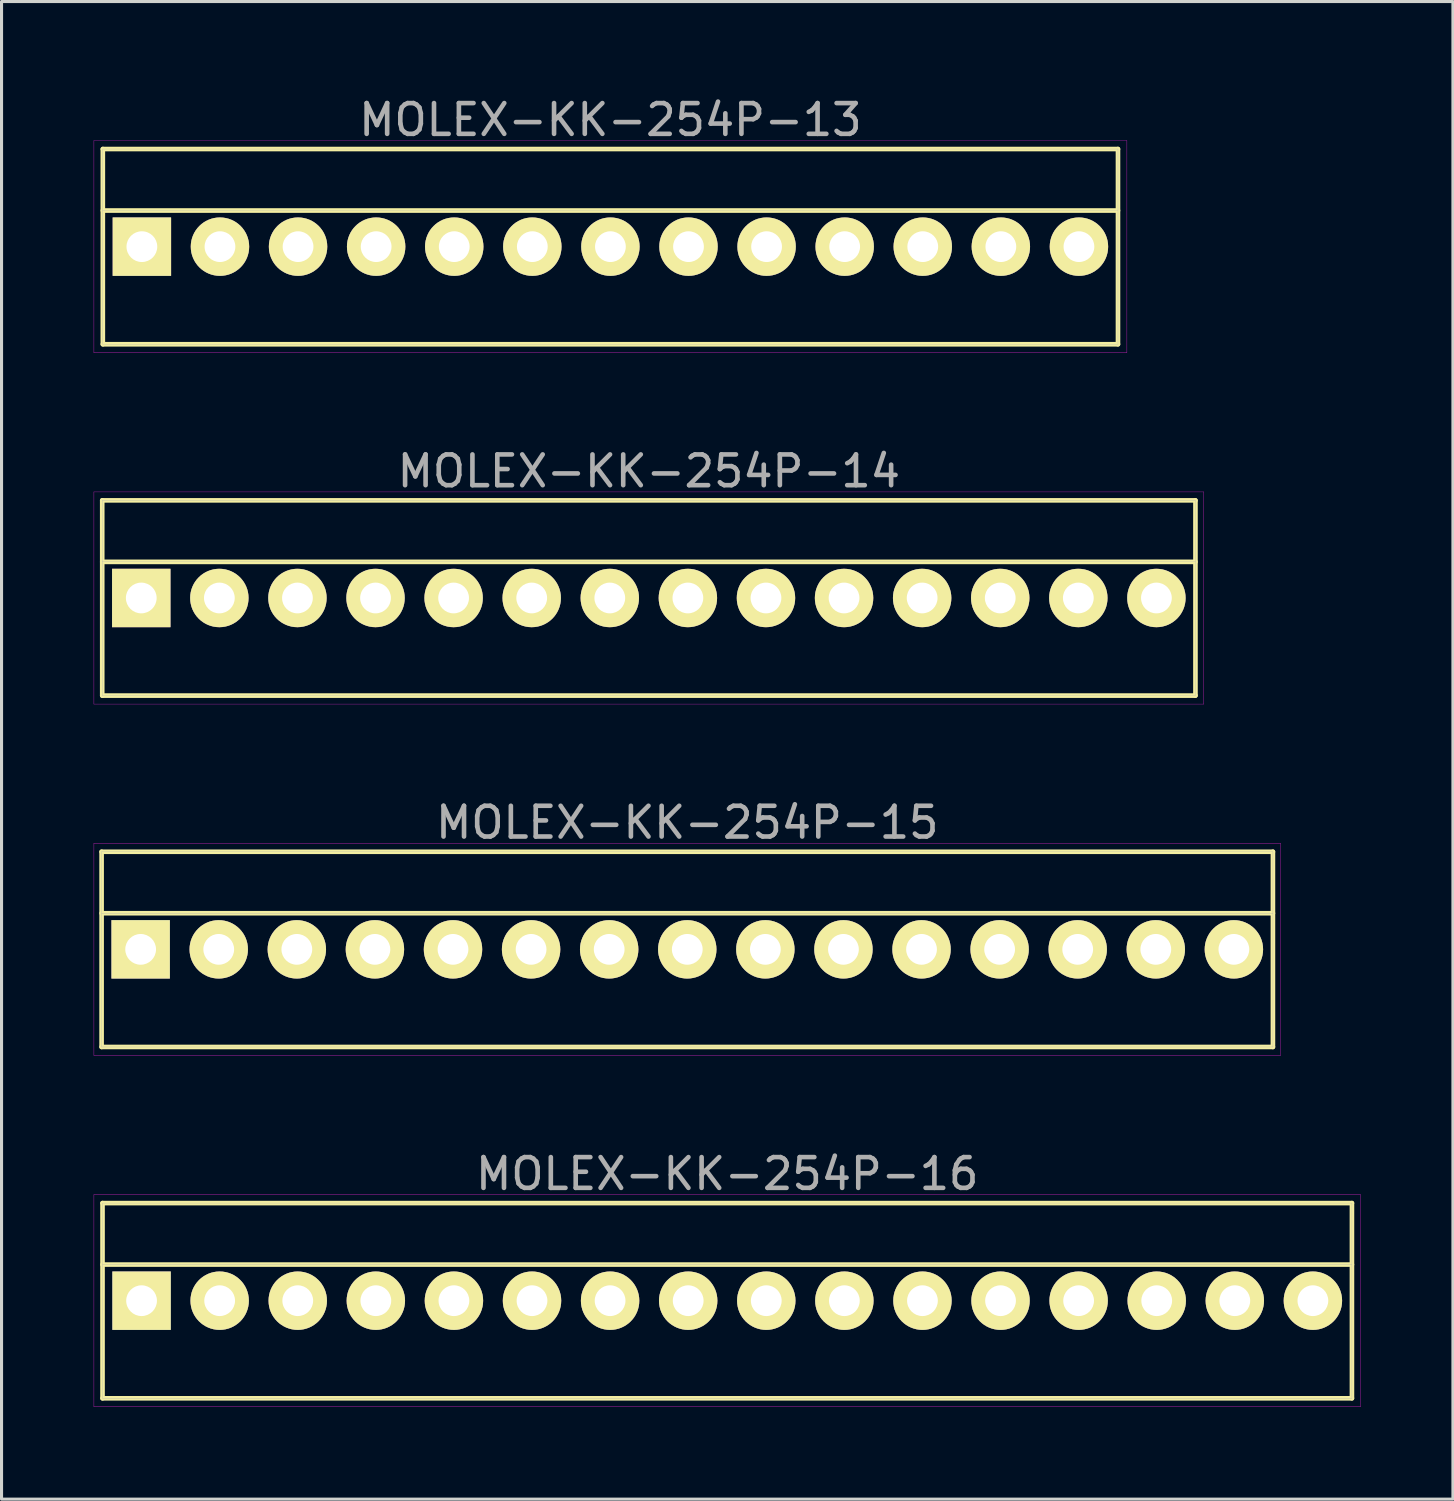
<source format=kicad_pcb>
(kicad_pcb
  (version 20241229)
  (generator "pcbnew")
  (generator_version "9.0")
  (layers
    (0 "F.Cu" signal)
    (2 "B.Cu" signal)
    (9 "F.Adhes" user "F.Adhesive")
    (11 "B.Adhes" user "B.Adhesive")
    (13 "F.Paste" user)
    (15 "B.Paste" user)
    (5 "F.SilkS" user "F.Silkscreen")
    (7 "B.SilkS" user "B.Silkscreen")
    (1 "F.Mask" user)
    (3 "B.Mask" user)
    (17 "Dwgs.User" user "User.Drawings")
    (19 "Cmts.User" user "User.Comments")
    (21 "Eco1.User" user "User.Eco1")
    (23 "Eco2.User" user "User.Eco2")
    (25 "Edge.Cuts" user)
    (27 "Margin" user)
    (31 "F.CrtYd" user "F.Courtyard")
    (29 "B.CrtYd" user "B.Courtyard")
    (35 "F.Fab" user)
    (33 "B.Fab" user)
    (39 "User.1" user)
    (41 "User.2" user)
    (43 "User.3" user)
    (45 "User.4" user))
  (footprint "MOLEX-KK-254P-13"
    (layer "F.Cu")
    (at 16.805 4.973)
    (property "Reference" "MOLEX-KK-254P-13" (at 0 -4.125 0) (layer "F.Fab") (effects (font (size 1 1) (thickness 0.15))))
    (attr through_hole)
    (fp_line (start -16.51 -3.175) (end 16.51 -3.175) (stroke (width 0.15) (type solid)) (layer "F.SilkS"))
    (fp_line (start -16.51 -1.175) (end 16.51 -1.175) (stroke (width 0.15) (type solid)) (layer "F.SilkS"))
    (fp_line (start -16.51 3.175) (end -16.51 -3.175) (stroke (width 0.15) (type solid)) (layer "F.SilkS"))
    (fp_line (start 16.51 -3.175) (end 16.51 3.175) (stroke (width 0.15) (type solid)) (layer "F.SilkS"))
    (fp_line (start 16.51 3.175) (end -16.51 3.175) (stroke (width 0.15) (type solid)) (layer "F.SilkS"))
    (fp_line (start -16.8 -3.45) (end 16.8 -3.45) (stroke (width 0.01) (type solid)) (layer "F.CrtYd"))
    (fp_line (start -16.8 3.45) (end -16.8 -3.45) (stroke (width 0.01) (type solid)) (layer "F.CrtYd"))
    (fp_line (start 16.8 -3.45) (end 16.8 3.45) (stroke (width 0.01) (type solid)) (layer "F.CrtYd"))
    (fp_line (start 16.8 3.45) (end -16.8 3.45) (stroke (width 0.01) (type solid)) (layer "F.CrtYd"))
    (fp_line (start -16.51 -3.175) (end 16.51 -3.175) (stroke (width 0.01) (type solid)) (layer "F.Fab"))
    (fp_line (start -16.51 -1.175) (end 16.51 -1.175) (stroke (width 0.01) (type solid)) (layer "F.Fab"))
    (fp_line (start -16.51 3.175) (end -16.51 -3.175) (stroke (width 0.01) (type solid)) (layer "F.Fab"))
    (fp_line (start 16.51 -3.175) (end 16.51 3.175) (stroke (width 0.01) (type solid)) (layer "F.Fab"))
    (fp_line (start 16.51 3.175) (end -16.51 3.175) (stroke (width 0.01) (type solid)) (layer "F.Fab"))
    (pad "1" thru_hole rect (at -15.24 0) (size 1.9 1.9) (drill 1) (layers "*.Cu" "*.Mask" "F.SilkS"))
    (pad "2" thru_hole circle (at -12.7 0) (size 1.9 1.9) (drill 1) (layers "*.Cu" "*.Mask" "F.SilkS"))
    (pad "3" thru_hole circle (at -10.16 0) (size 1.9 1.9) (drill 1) (layers "*.Cu" "*.Mask" "F.SilkS"))
    (pad "4" thru_hole circle (at -7.62 0) (size 1.9 1.9) (drill 1) (layers "*.Cu" "*.Mask" "F.SilkS"))
    (pad "5" thru_hole circle (at -5.08 0) (size 1.9 1.9) (drill 1) (layers "*.Cu" "*.Mask" "F.SilkS"))
    (pad "6" thru_hole circle (at -2.54 0) (size 1.9 1.9) (drill 1) (layers "*.Cu" "*.Mask" "F.SilkS"))
    (pad "7" thru_hole circle (at 0 0) (size 1.9 1.9) (drill 1) (layers "*.Cu" "*.Mask" "F.SilkS"))
    (pad "8" thru_hole circle (at 2.54 0) (size 1.9 1.9) (drill 1) (layers "*.Cu" "*.Mask" "F.SilkS"))
    (pad "9" thru_hole circle (at 5.08 0) (size 1.9 1.9) (drill 1) (layers "*.Cu" "*.Mask" "F.SilkS"))
    (pad "10" thru_hole circle (at 7.62 0) (size 1.9 1.9) (drill 1) (layers "*.Cu" "*.Mask" "F.SilkS"))
    (pad "11" thru_hole circle (at 10.16 0) (size 1.9 1.9) (drill 1) (layers "*.Cu" "*.Mask" "F.SilkS"))
    (pad "12" thru_hole circle (at 12.7 0) (size 1.9 1.9) (drill 1) (layers "*.Cu" "*.Mask" "F.SilkS"))
    (pad "13" thru_hole circle (at 15.24 0) (size 1.9 1.9) (drill 1) (layers "*.Cu" "*.Mask" "F.SilkS")))
  (footprint "MOLEX-KK-254P-15"
    (layer "F.Cu")
    (at 19.305 27.83)
    (property "Reference" "MOLEX-KK-254P-15" (at 0 -4.125 0) (layer "F.Fab") (effects (font (size 1 1) (thickness 0.15))))
    (attr through_hole)
    (fp_line (start -19.05 -3.175) (end 19.05 -3.175) (stroke (width 0.15) (type solid)) (layer "F.SilkS"))
    (fp_line (start -19.05 -1.175) (end 19.05 -1.175) (stroke (width 0.15) (type solid)) (layer "F.SilkS"))
    (fp_line (start -19.05 3.175) (end -19.05 -3.175) (stroke (width 0.15) (type solid)) (layer "F.SilkS"))
    (fp_line (start 19.05 -3.175) (end 19.05 3.175) (stroke (width 0.15) (type solid)) (layer "F.SilkS"))
    (fp_line (start 19.05 3.175) (end -19.05 3.175) (stroke (width 0.15) (type solid)) (layer "F.SilkS"))
    (fp_line (start -19.3 -3.45) (end 19.3 -3.45) (stroke (width 0.01) (type solid)) (layer "F.CrtYd"))
    (fp_line (start -19.3 3.45) (end -19.3 -3.45) (stroke (width 0.01) (type solid)) (layer "F.CrtYd"))
    (fp_line (start 19.3 -3.45) (end 19.3 3.45) (stroke (width 0.01) (type solid)) (layer "F.CrtYd"))
    (fp_line (start 19.3 3.45) (end -19.3 3.45) (stroke (width 0.01) (type solid)) (layer "F.CrtYd"))
    (fp_line (start -19.05 -3.175) (end 19.05 -3.175) (stroke (width 0.01) (type solid)) (layer "F.Fab"))
    (fp_line (start -19.05 -1.175) (end 19.05 -1.175) (stroke (width 0.01) (type solid)) (layer "F.Fab"))
    (fp_line (start -19.05 3.175) (end -19.05 -3.175) (stroke (width 0.01) (type solid)) (layer "F.Fab"))
    (fp_line (start 19.05 -3.175) (end 19.05 3.175) (stroke (width 0.01) (type solid)) (layer "F.Fab"))
    (fp_line (start 19.05 3.175) (end -19.05 3.175) (stroke (width 0.01) (type solid)) (layer "F.Fab"))
    (pad "1" thru_hole rect (at -17.78 0) (size 1.9 1.9) (drill 1) (layers "*.Cu" "*.Mask" "F.SilkS"))
    (pad "2" thru_hole circle (at -15.24 0) (size 1.9 1.9) (drill 1) (layers "*.Cu" "*.Mask" "F.SilkS"))
    (pad "3" thru_hole circle (at -12.7 0) (size 1.9 1.9) (drill 1) (layers "*.Cu" "*.Mask" "F.SilkS"))
    (pad "4" thru_hole circle (at -10.16 0) (size 1.9 1.9) (drill 1) (layers "*.Cu" "*.Mask" "F.SilkS"))
    (pad "5" thru_hole circle (at -7.62 0) (size 1.9 1.9) (drill 1) (layers "*.Cu" "*.Mask" "F.SilkS"))
    (pad "6" thru_hole circle (at -5.08 0) (size 1.9 1.9) (drill 1) (layers "*.Cu" "*.Mask" "F.SilkS"))
    (pad "7" thru_hole circle (at -2.54 0) (size 1.9 1.9) (drill 1) (layers "*.Cu" "*.Mask" "F.SilkS"))
    (pad "8" thru_hole circle (at 0 0) (size 1.9 1.9) (drill 1) (layers "*.Cu" "*.Mask" "F.SilkS"))
    (pad "9" thru_hole circle (at 2.54 0) (size 1.9 1.9) (drill 1) (layers "*.Cu" "*.Mask" "F.SilkS"))
    (pad "10" thru_hole circle (at 5.08 0) (size 1.9 1.9) (drill 1) (layers "*.Cu" "*.Mask" "F.SilkS"))
    (pad "11" thru_hole circle (at 7.62 0) (size 1.9 1.9) (drill 1) (layers "*.Cu" "*.Mask" "F.SilkS"))
    (pad "12" thru_hole circle (at 10.16 0) (size 1.9 1.9) (drill 1) (layers "*.Cu" "*.Mask" "F.SilkS"))
    (pad "13" thru_hole circle (at 12.7 0) (size 1.9 1.9) (drill 1) (layers "*.Cu" "*.Mask" "F.SilkS"))
    (pad "14" thru_hole circle (at 15.24 0) (size 1.9 1.9) (drill 1) (layers "*.Cu" "*.Mask" "F.SilkS"))
    (pad "15" thru_hole circle (at 17.78 0) (size 1.9 1.9) (drill 1) (layers "*.Cu" "*.Mask" "F.SilkS")))
  (footprint "MOLEX-KK-254P-16"
    (layer "F.Cu")
    (at 20.605 39.258)
    (property "Reference" "MOLEX-KK-254P-16" (at 0 -4.125 0) (layer "F.Fab") (effects (font (size 1 1) (thickness 0.15))))
    (attr through_hole)
    (fp_line (start -20.32 -3.175) (end 20.32 -3.175) (stroke (width 0.15) (type solid)) (layer "F.SilkS"))
    (fp_line (start -20.32 -1.175) (end 20.32 -1.175) (stroke (width 0.15) (type solid)) (layer "F.SilkS"))
    (fp_line (start -20.32 3.175) (end -20.32 -3.175) (stroke (width 0.15) (type solid)) (layer "F.SilkS"))
    (fp_line (start 20.32 -3.175) (end 20.32 3.175) (stroke (width 0.15) (type solid)) (layer "F.SilkS"))
    (fp_line (start 20.32 3.175) (end -20.32 3.175) (stroke (width 0.15) (type solid)) (layer "F.SilkS"))
    (fp_line (start -20.6 -3.45) (end 20.6 -3.45) (stroke (width 0.01) (type solid)) (layer "F.CrtYd"))
    (fp_line (start -20.6 3.45) (end -20.6 -3.45) (stroke (width 0.01) (type solid)) (layer "F.CrtYd"))
    (fp_line (start 20.6 -3.45) (end 20.6 3.45) (stroke (width 0.01) (type solid)) (layer "F.CrtYd"))
    (fp_line (start 20.6 3.45) (end -20.6 3.45) (stroke (width 0.01) (type solid)) (layer "F.CrtYd"))
    (fp_line (start -20.32 -3.175) (end 20.32 -3.175) (stroke (width 0.01) (type solid)) (layer "F.Fab"))
    (fp_line (start -20.32 -1.175) (end 20.32 -1.175) (stroke (width 0.01) (type solid)) (layer "F.Fab"))
    (fp_line (start -20.32 3.175) (end -20.32 -3.175) (stroke (width 0.01) (type solid)) (layer "F.Fab"))
    (fp_line (start 20.32 -3.175) (end 20.32 3.175) (stroke (width 0.01) (type solid)) (layer "F.Fab"))
    (fp_line (start 20.32 3.175) (end -20.32 3.175) (stroke (width 0.01) (type solid)) (layer "F.Fab"))
    (pad "1" thru_hole rect (at -19.05 0) (size 1.9 1.9) (drill 1) (layers "*.Cu" "*.Mask" "F.SilkS"))
    (pad "2" thru_hole circle (at -16.51 0) (size 1.9 1.9) (drill 1) (layers "*.Cu" "*.Mask" "F.SilkS"))
    (pad "3" thru_hole circle (at -13.97 0) (size 1.9 1.9) (drill 1) (layers "*.Cu" "*.Mask" "F.SilkS"))
    (pad "4" thru_hole circle (at -11.43 0) (size 1.9 1.9) (drill 1) (layers "*.Cu" "*.Mask" "F.SilkS"))
    (pad "5" thru_hole circle (at -8.89 0) (size 1.9 1.9) (drill 1) (layers "*.Cu" "*.Mask" "F.SilkS"))
    (pad "6" thru_hole circle (at -6.35 0) (size 1.9 1.9) (drill 1) (layers "*.Cu" "*.Mask" "F.SilkS"))
    (pad "7" thru_hole circle (at -3.81 0) (size 1.9 1.9) (drill 1) (layers "*.Cu" "*.Mask" "F.SilkS"))
    (pad "8" thru_hole circle (at -1.27 0) (size 1.9 1.9) (drill 1) (layers "*.Cu" "*.Mask" "F.SilkS"))
    (pad "9" thru_hole circle (at 1.27 0) (size 1.9 1.9) (drill 1) (layers "*.Cu" "*.Mask" "F.SilkS"))
    (pad "10" thru_hole circle (at 3.81 0) (size 1.9 1.9) (drill 1) (layers "*.Cu" "*.Mask" "F.SilkS"))
    (pad "11" thru_hole circle (at 6.35 0) (size 1.9 1.9) (drill 1) (layers "*.Cu" "*.Mask" "F.SilkS"))
    (pad "12" thru_hole circle (at 8.89 0) (size 1.9 1.9) (drill 1) (layers "*.Cu" "*.Mask" "F.SilkS"))
    (pad "13" thru_hole circle (at 11.43 0) (size 1.9 1.9) (drill 1) (layers "*.Cu" "*.Mask" "F.SilkS"))
    (pad "14" thru_hole circle (at 13.97 0) (size 1.9 1.9) (drill 1) (layers "*.Cu" "*.Mask" "F.SilkS"))
    (pad "15" thru_hole circle (at 16.51 0) (size 1.9 1.9) (drill 1) (layers "*.Cu" "*.Mask" "F.SilkS"))
    (pad "16" thru_hole circle (at 19.05 0) (size 1.9 1.9) (drill 1) (layers "*.Cu" "*.Mask" "F.SilkS")))
  (footprint "MOLEX-KK-254P-14"
    (layer "F.Cu")
    (at 18.055 16.401)
    (property "Reference" "MOLEX-KK-254P-14" (at 0 -4.125 0) (layer "F.Fab") (effects (font (size 1 1) (thickness 0.15))))
    (attr through_hole)
    (fp_line (start -17.78 -3.175) (end 17.78 -3.175) (stroke (width 0.15) (type solid)) (layer "F.SilkS"))
    (fp_line (start -17.78 -1.175) (end 17.78 -1.175) (stroke (width 0.15) (type solid)) (layer "F.SilkS"))
    (fp_line (start -17.78 3.175) (end -17.78 -3.175) (stroke (width 0.15) (type solid)) (layer "F.SilkS"))
    (fp_line (start 17.78 -3.175) (end 17.78 3.175) (stroke (width 0.15) (type solid)) (layer "F.SilkS"))
    (fp_line (start 17.78 3.175) (end -17.78 3.175) (stroke (width 0.15) (type solid)) (layer "F.SilkS"))
    (fp_line (start -18.05 -3.45) (end 18.05 -3.45) (stroke (width 0.01) (type solid)) (layer "F.CrtYd"))
    (fp_line (start -18.05 3.45) (end -18.05 -3.45) (stroke (width 0.01) (type solid)) (layer "F.CrtYd"))
    (fp_line (start 18.05 -3.45) (end 18.05 3.45) (stroke (width 0.01) (type solid)) (layer "F.CrtYd"))
    (fp_line (start 18.05 3.45) (end -18.05 3.45) (stroke (width 0.01) (type solid)) (layer "F.CrtYd"))
    (fp_line (start -17.78 -3.175) (end 17.78 -3.175) (stroke (width 0.01) (type solid)) (layer "F.Fab"))
    (fp_line (start -17.78 -1.175) (end 17.78 -1.175) (stroke (width 0.01) (type solid)) (layer "F.Fab"))
    (fp_line (start -17.78 3.175) (end -17.78 -3.175) (stroke (width 0.01) (type solid)) (layer "F.Fab"))
    (fp_line (start 17.78 -3.175) (end 17.78 3.175) (stroke (width 0.01) (type solid)) (layer "F.Fab"))
    (fp_line (start 17.78 3.175) (end -17.78 3.175) (stroke (width 0.01) (type solid)) (layer "F.Fab"))
    (pad "1" thru_hole rect (at -16.51 0) (size 1.9 1.9) (drill 1) (layers "*.Cu" "*.Mask" "F.SilkS"))
    (pad "2" thru_hole circle (at -13.97 0) (size 1.9 1.9) (drill 1) (layers "*.Cu" "*.Mask" "F.SilkS"))
    (pad "3" thru_hole circle (at -11.43 0) (size 1.9 1.9) (drill 1) (layers "*.Cu" "*.Mask" "F.SilkS"))
    (pad "4" thru_hole circle (at -8.89 0) (size 1.9 1.9) (drill 1) (layers "*.Cu" "*.Mask" "F.SilkS"))
    (pad "5" thru_hole circle (at -6.35 0) (size 1.9 1.9) (drill 1) (layers "*.Cu" "*.Mask" "F.SilkS"))
    (pad "6" thru_hole circle (at -3.81 0) (size 1.9 1.9) (drill 1) (layers "*.Cu" "*.Mask" "F.SilkS"))
    (pad "7" thru_hole circle (at -1.27 0) (size 1.9 1.9) (drill 1) (layers "*.Cu" "*.Mask" "F.SilkS"))
    (pad "8" thru_hole circle (at 1.27 0) (size 1.9 1.9) (drill 1) (layers "*.Cu" "*.Mask" "F.SilkS"))
    (pad "9" thru_hole circle (at 3.81 0) (size 1.9 1.9) (drill 1) (layers "*.Cu" "*.Mask" "F.SilkS"))
    (pad "10" thru_hole circle (at 6.35 0) (size 1.9 1.9) (drill 1) (layers "*.Cu" "*.Mask" "F.SilkS"))
    (pad "11" thru_hole circle (at 8.89 0) (size 1.9 1.9) (drill 1) (layers "*.Cu" "*.Mask" "F.SilkS"))
    (pad "12" thru_hole circle (at 11.43 0) (size 1.9 1.9) (drill 1) (layers "*.Cu" "*.Mask" "F.SilkS"))
    (pad "13" thru_hole circle (at 13.97 0) (size 1.9 1.9) (drill 1) (layers "*.Cu" "*.Mask" "F.SilkS"))
    (pad "14" thru_hole circle (at 16.51 0) (size 1.9 1.9) (drill 1) (layers "*.Cu" "*.Mask" "F.SilkS")))
  (gr_rect
    (start -3 -3)
    (end 44.21 45.713)
    (stroke (width 0.1) (type default))
    (fill no)
    (layer "Edge.Cuts")))
</source>
